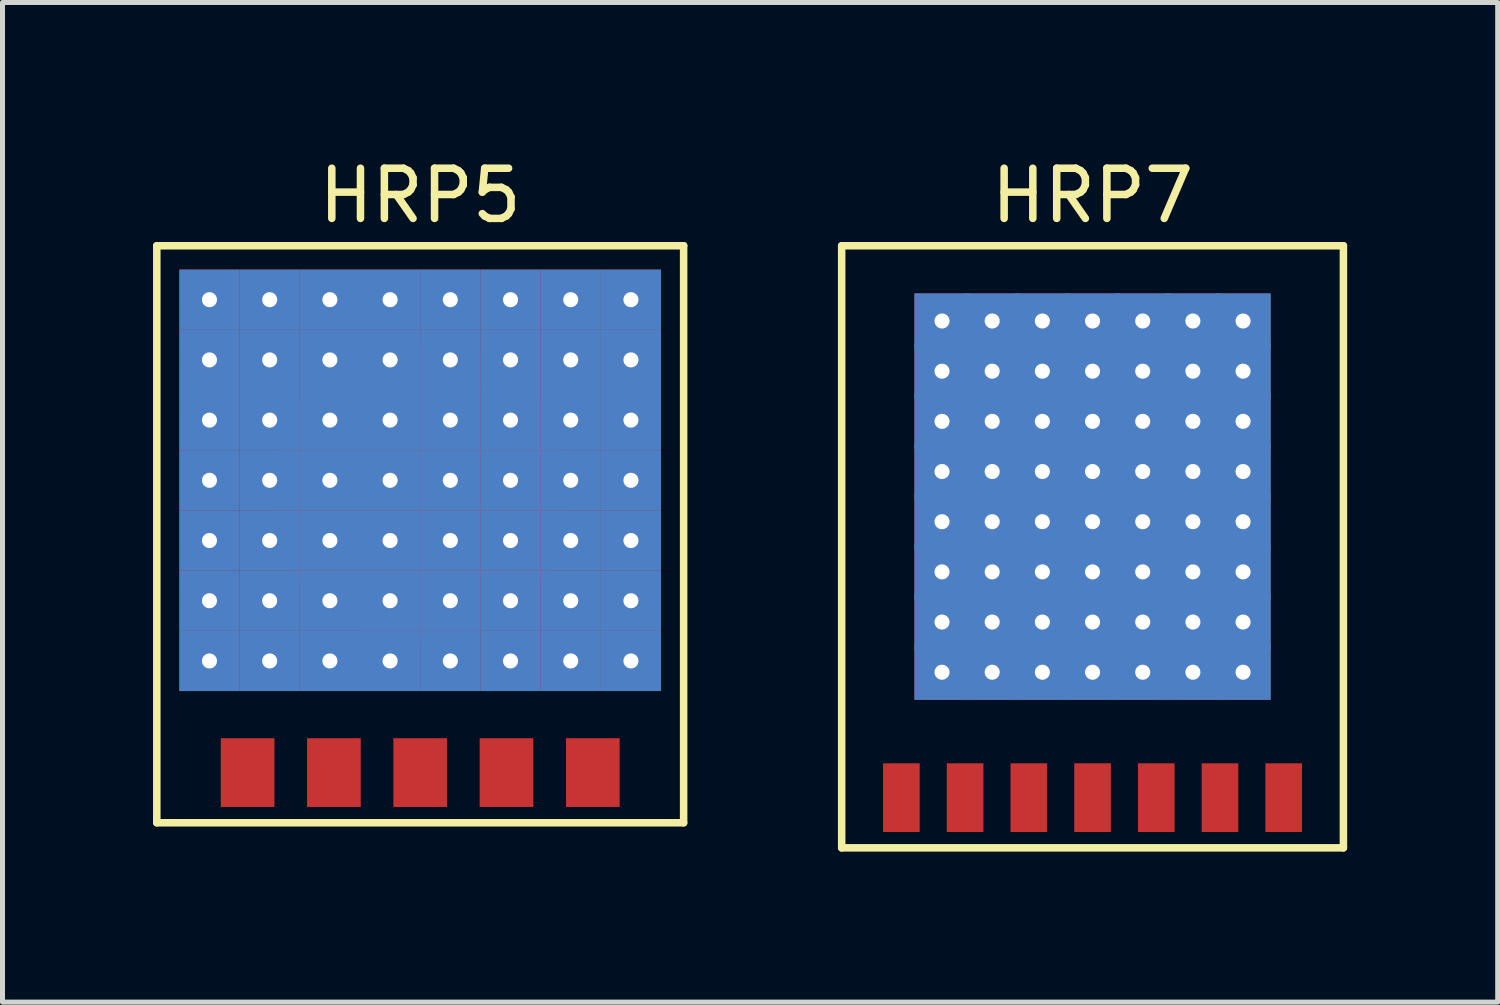
<source format=kicad_pcb>
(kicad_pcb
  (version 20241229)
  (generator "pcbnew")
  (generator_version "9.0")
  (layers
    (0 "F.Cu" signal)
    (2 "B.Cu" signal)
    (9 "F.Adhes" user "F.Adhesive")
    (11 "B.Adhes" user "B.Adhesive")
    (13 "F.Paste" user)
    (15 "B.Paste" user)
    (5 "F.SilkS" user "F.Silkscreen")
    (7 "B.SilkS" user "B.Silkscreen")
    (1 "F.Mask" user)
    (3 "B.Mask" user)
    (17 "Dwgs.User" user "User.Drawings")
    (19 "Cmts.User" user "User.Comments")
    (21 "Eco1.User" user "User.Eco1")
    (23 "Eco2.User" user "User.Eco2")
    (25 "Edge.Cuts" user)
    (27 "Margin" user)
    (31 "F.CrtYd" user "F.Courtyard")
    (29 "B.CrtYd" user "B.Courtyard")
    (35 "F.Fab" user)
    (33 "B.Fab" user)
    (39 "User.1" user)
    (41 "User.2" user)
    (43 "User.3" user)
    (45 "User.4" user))
  (footprint "HRP7"
    (layer "F.Cu")
    (at 18.725 12.848)
    (property "Reference" "HRP7" (at 0 -12 0) (layer "F.SilkS") (effects (font (size 1 1) (thickness 0.15))))
    (attr through_hole)
    (fp_line (start -5 -11) (end 5 -11) (stroke (width 0.15) (type solid)) (layer "F.SilkS"))
    (fp_line (start -5 1) (end -5 -11) (stroke (width 0.15) (type solid)) (layer "F.SilkS"))
    (fp_line (start 5 -11) (end 5 1) (stroke (width 0.15) (type solid)) (layer "F.SilkS"))
    (fp_line (start 5 1) (end -5 1) (stroke (width 0.15) (type solid)) (layer "F.SilkS"))
    (pad "1" smd rect (at -3.81 0) (size 0.73 1.37) (layers "F.Cu" "F.Mask" "F.Paste"))
    (pad "2" smd rect (at -2.54 0) (size 0.73 1.37) (layers "F.Cu" "F.Mask" "F.Paste"))
    (pad "3" smd rect (at -1.27 0) (size 0.73 1.37) (layers "F.Cu" "F.Mask" "F.Paste"))
    (pad "4" smd rect (at 0 0) (size 0.73 1.37) (layers "F.Cu" "F.Mask" "F.Paste"))
    (pad "5" smd rect (at 1.27 0) (size 0.73 1.37) (layers "F.Cu" "F.Mask" "F.Paste"))
    (pad "6" smd rect (at 2.54 0) (size 0.73 1.37) (layers "F.Cu" "F.Mask" "F.Paste"))
    (pad "7" smd rect (at 3.81 0) (size 0.73 1.37) (layers "F.Cu" "F.Mask" "F.Paste"))
    (pad "FIN" thru_hole rect (at -3 -9.5) (size 1.1 1.1) (drill 0.3) (layers "*.Cu" "*.Mask"))
    (pad "FIN" thru_hole rect (at -3 -8.5) (size 1.1 1.1) (drill 0.3) (layers "*.Cu" "*.Mask"))
    (pad "FIN" thru_hole rect (at -3 -7.5) (size 1.1 1.1) (drill 0.3) (layers "*.Cu" "*.Mask"))
    (pad "FIN" thru_hole rect (at -3 -6.5) (size 1.1 1.1) (drill 0.3) (layers "*.Cu" "*.Mask"))
    (pad "FIN" thru_hole rect (at -3 -5.5) (size 1.1 1.1) (drill 0.3) (layers "*.Cu" "*.Mask"))
    (pad "FIN" thru_hole rect (at -3 -4.5) (size 1.1 1.1) (drill 0.3) (layers "*.Cu" "*.Mask"))
    (pad "FIN" thru_hole rect (at -3 -3.5) (size 1.1 1.1) (drill 0.3) (layers "*.Cu" "*.Mask"))
    (pad "FIN" thru_hole rect (at -3 -2.5) (size 1.1 1.1) (drill 0.3) (layers "*.Cu" "*.Mask"))
    (pad "FIN" thru_hole rect (at -2 -9.5) (size 1.1 1.1) (drill 0.3) (layers "*.Cu" "*.Mask"))
    (pad "FIN" thru_hole rect (at -2 -8.5) (size 1.1 1.1) (drill 0.3) (layers "*.Cu" "*.Mask"))
    (pad "FIN" thru_hole rect (at -2 -7.5) (size 1.1 1.1) (drill 0.3) (layers "*.Cu" "*.Mask"))
    (pad "FIN" thru_hole rect (at -2 -6.5) (size 1.1 1.1) (drill 0.3) (layers "*.Cu" "*.Mask"))
    (pad "FIN" thru_hole rect (at -2 -5.5) (size 1.1 1.1) (drill 0.3) (layers "*.Cu" "*.Mask"))
    (pad "FIN" thru_hole rect (at -2 -4.5) (size 1.1 1.1) (drill 0.3) (layers "*.Cu" "*.Mask"))
    (pad "FIN" thru_hole rect (at -2 -3.5) (size 1.1 1.1) (drill 0.3) (layers "*.Cu" "*.Mask"))
    (pad "FIN" thru_hole rect (at -2 -2.5) (size 1.1 1.1) (drill 0.3) (layers "*.Cu" "*.Mask"))
    (pad "FIN" thru_hole rect (at -1 -9.5) (size 1.1 1.1) (drill 0.3) (layers "*.Cu" "*.Mask"))
    (pad "FIN" thru_hole rect (at -1 -8.5) (size 1.1 1.1) (drill 0.3) (layers "*.Cu" "*.Mask"))
    (pad "FIN" thru_hole rect (at -1 -7.5) (size 1.1 1.1) (drill 0.3) (layers "*.Cu" "*.Mask"))
    (pad "FIN" thru_hole rect (at -1 -6.5) (size 1.1 1.1) (drill 0.3) (layers "*.Cu" "*.Mask"))
    (pad "FIN" thru_hole rect (at -1 -5.5) (size 1.1 1.1) (drill 0.3) (layers "*.Cu" "*.Mask"))
    (pad "FIN" thru_hole rect (at -1 -4.5) (size 1.1 1.1) (drill 0.3) (layers "*.Cu" "*.Mask"))
    (pad "FIN" thru_hole rect (at -1 -3.5) (size 1.1 1.1) (drill 0.3) (layers "*.Cu" "*.Mask"))
    (pad "FIN" thru_hole rect (at -1 -2.5) (size 1.1 1.1) (drill 0.3) (layers "*.Cu" "*.Mask"))
    (pad "FIN" thru_hole rect (at 0 -9.5) (size 1.1 1.1) (drill 0.3) (layers "*.Cu" "*.Mask"))
    (pad "FIN" thru_hole rect (at 0 -8.5) (size 1.1 1.1) (drill 0.3) (layers "*.Cu" "*.Mask"))
    (pad "FIN" thru_hole rect (at 0 -7.5) (size 1.1 1.1) (drill 0.3) (layers "*.Cu" "*.Mask"))
    (pad "FIN" thru_hole rect (at 0 -6.5) (size 1.1 1.1) (drill 0.3) (layers "*.Cu" "*.Mask"))
    (pad "FIN" smd circle (at 0 -6) (size 6 6) (layers "F.Cu" "F.Mask" "F.Paste"))
    (pad "FIN" thru_hole rect (at 0 -5.5) (size 1.1 1.1) (drill 0.3) (layers "*.Cu" "*.Mask"))
    (pad "FIN" thru_hole rect (at 0 -4.5) (size 1.1 1.1) (drill 0.3) (layers "*.Cu" "*.Mask"))
    (pad "FIN" thru_hole rect (at 0 -3.5) (size 1.1 1.1) (drill 0.3) (layers "*.Cu" "*.Mask"))
    (pad "FIN" thru_hole rect (at 0 -2.5) (size 1.1 1.1) (drill 0.3) (layers "*.Cu" "*.Mask"))
    (pad "FIN" thru_hole rect (at 1 -9.5) (size 1.1 1.1) (drill 0.3) (layers "*.Cu" "*.Mask"))
    (pad "FIN" thru_hole rect (at 1 -8.5) (size 1.1 1.1) (drill 0.3) (layers "*.Cu" "*.Mask"))
    (pad "FIN" thru_hole rect (at 1 -7.5) (size 1.1 1.1) (drill 0.3) (layers "*.Cu" "*.Mask"))
    (pad "FIN" thru_hole rect (at 1 -6.5) (size 1.1 1.1) (drill 0.3) (layers "*.Cu" "*.Mask"))
    (pad "FIN" thru_hole rect (at 1 -5.5) (size 1.1 1.1) (drill 0.3) (layers "*.Cu" "*.Mask"))
    (pad "FIN" thru_hole rect (at 1 -4.5) (size 1.1 1.1) (drill 0.3) (layers "*.Cu" "*.Mask"))
    (pad "FIN" thru_hole rect (at 1 -3.5) (size 1.1 1.1) (drill 0.3) (layers "*.Cu" "*.Mask"))
    (pad "FIN" thru_hole rect (at 1 -2.5) (size 1.1 1.1) (drill 0.3) (layers "*.Cu" "*.Mask"))
    (pad "FIN" thru_hole rect (at 2 -9.5) (size 1.1 1.1) (drill 0.3) (layers "*.Cu" "*.Mask"))
    (pad "FIN" thru_hole rect (at 2 -8.5) (size 1.1 1.1) (drill 0.3) (layers "*.Cu" "*.Mask"))
    (pad "FIN" thru_hole rect (at 2 -7.5) (size 1.1 1.1) (drill 0.3) (layers "*.Cu" "*.Mask"))
    (pad "FIN" thru_hole rect (at 2 -6.5) (size 1.1 1.1) (drill 0.3) (layers "*.Cu" "*.Mask"))
    (pad "FIN" thru_hole rect (at 2 -5.5) (size 1.1 1.1) (drill 0.3) (layers "*.Cu" "*.Mask"))
    (pad "FIN" thru_hole rect (at 2 -4.5) (size 1.1 1.1) (drill 0.3) (layers "*.Cu" "*.Mask"))
    (pad "FIN" thru_hole rect (at 2 -3.5) (size 1.1 1.1) (drill 0.3) (layers "*.Cu" "*.Mask"))
    (pad "FIN" thru_hole rect (at 2 -2.5) (size 1.1 1.1) (drill 0.3) (layers "*.Cu" "*.Mask"))
    (pad "FIN" thru_hole rect (at 3 -9.5) (size 1.1 1.1) (drill 0.3) (layers "*.Cu" "*.Mask"))
    (pad "FIN" thru_hole rect (at 3 -8.5) (size 1.1 1.1) (drill 0.3) (layers "*.Cu" "*.Mask"))
    (pad "FIN" thru_hole rect (at 3 -7.5) (size 1.1 1.1) (drill 0.3) (layers "*.Cu" "*.Mask"))
    (pad "FIN" thru_hole rect (at 3 -6.5) (size 1.1 1.1) (drill 0.3) (layers "*.Cu" "*.Mask"))
    (pad "FIN" thru_hole rect (at 3 -5.5) (size 1.1 1.1) (drill 0.3) (layers "*.Cu" "*.Mask"))
    (pad "FIN" thru_hole rect (at 3 -4.5) (size 1.1 1.1) (drill 0.3) (layers "*.Cu" "*.Mask"))
    (pad "FIN" thru_hole rect (at 3 -3.5) (size 1.1 1.1) (drill 0.3) (layers "*.Cu" "*.Mask"))
    (pad "FIN" thru_hole rect (at 3 -2.5) (size 1.1 1.1) (drill 0.3) (layers "*.Cu" "*.Mask")))
  (footprint "HRP5"
    (layer "F.Cu")
    (at 5.325 7.348)
    (property "Reference" "HRP5" (at 0 -6.5 0) (layer "F.SilkS") (effects (font (size 1 1) (thickness 0.15))))
    (attr through_hole)
    (fp_line (start -5.25 -5.5) (end 5.25 -5.5) (stroke (width 0.15) (type solid)) (layer "F.SilkS"))
    (fp_line (start -5.25 6) (end -5.25 -5.5) (stroke (width 0.15) (type solid)) (layer "F.SilkS"))
    (fp_line (start 5.25 -5.5) (end 5.25 6) (stroke (width 0.15) (type solid)) (layer "F.SilkS"))
    (fp_line (start 5.25 6) (end -5.25 6) (stroke (width 0.15) (type solid)) (layer "F.SilkS"))
    (pad "1" smd rect (at -3.44 5) (size 1.07 1.37) (layers "F.Cu" "F.Mask" "F.Paste"))
    (pad "2" smd rect (at -1.72 5) (size 1.07 1.37) (layers "F.Cu" "F.Mask" "F.Paste"))
    (pad "3" thru_hole rect (at -4.2 -4.425) (size 1.2 1.2) (drill 0.3) (layers "*.Cu" "*.Mask"))
    (pad "3" thru_hole rect (at -4.2 -3.225) (size 1.2 1.2) (drill 0.3) (layers "*.Cu" "*.Mask"))
    (pad "3" thru_hole rect (at -4.2 -2.025) (size 1.2 1.2) (drill 0.3) (layers "*.Cu" "*.Mask"))
    (pad "3" thru_hole rect (at -4.2 -0.825) (size 1.2 1.2) (drill 0.3) (layers "*.Cu" "*.Mask"))
    (pad "3" thru_hole rect (at -4.2 0.375) (size 1.2 1.2) (drill 0.3) (layers "*.Cu" "*.Mask"))
    (pad "3" thru_hole rect (at -4.2 1.575) (size 1.2 1.2) (drill 0.3) (layers "*.Cu" "*.Mask"))
    (pad "3" thru_hole rect (at -4.2 2.775) (size 1.2 1.2) (drill 0.3) (layers "*.Cu" "*.Mask"))
    (pad "3" thru_hole rect (at -3 -4.425) (size 1.2 1.2) (drill 0.3) (layers "*.Cu" "*.Mask"))
    (pad "3" thru_hole rect (at -3 -3.225) (size 1.2 1.2) (drill 0.3) (layers "*.Cu" "*.Mask"))
    (pad "3" thru_hole rect (at -3 -2.025) (size 1.2 1.2) (drill 0.3) (layers "*.Cu" "*.Mask"))
    (pad "3" thru_hole rect (at -3 -0.825) (size 1.2 1.2) (drill 0.3) (layers "*.Cu" "*.Mask"))
    (pad "3" thru_hole rect (at -3 0.375) (size 1.2 1.2) (drill 0.3) (layers "*.Cu" "*.Mask"))
    (pad "3" thru_hole rect (at -3 1.575) (size 1.2 1.2) (drill 0.3) (layers "*.Cu" "*.Mask"))
    (pad "3" thru_hole rect (at -3 2.775) (size 1.2 1.2) (drill 0.3) (layers "*.Cu" "*.Mask"))
    (pad "3" thru_hole rect (at -1.8 -4.425) (size 1.2 1.2) (drill 0.3) (layers "*.Cu" "*.Mask"))
    (pad "3" thru_hole rect (at -1.8 -3.225) (size 1.2 1.2) (drill 0.3) (layers "*.Cu" "*.Mask"))
    (pad "3" thru_hole rect (at -1.8 -2.025) (size 1.2 1.2) (drill 0.3) (layers "*.Cu" "*.Mask"))
    (pad "3" thru_hole rect (at -1.8 -0.825) (size 1.2 1.2) (drill 0.3) (layers "*.Cu" "*.Mask"))
    (pad "3" thru_hole rect (at -1.8 0.375) (size 1.2 1.2) (drill 0.3) (layers "*.Cu" "*.Mask"))
    (pad "3" thru_hole rect (at -1.8 1.575 90) (size 1.2 1.2) (drill 0.3) (layers "*.Cu" "*.Mask"))
    (pad "3" thru_hole rect (at -1.8 2.775) (size 1.2 1.2) (drill 0.3) (layers "*.Cu" "*.Mask"))
    (pad "3" thru_hole rect (at -0.6 -4.425) (size 1.2 1.2) (drill 0.3) (layers "*.Cu" "*.Mask"))
    (pad "3" thru_hole rect (at -0.6 -3.225) (size 1.2 1.2) (drill 0.3) (layers "*.Cu" "*.Mask"))
    (pad "3" thru_hole rect (at -0.6 -2.025) (size 1.2 1.2) (drill 0.3) (layers "*.Cu" "*.Mask"))
    (pad "3" thru_hole rect (at -0.6 -0.825) (size 1.2 1.2) (drill 0.3) (layers "*.Cu" "*.Mask"))
    (pad "3" thru_hole rect (at -0.6 0.375) (size 1.2 1.2) (drill 0.3) (layers "*.Cu" "*.Mask"))
    (pad "3" thru_hole rect (at -0.6 1.575) (size 1.2 1.2) (drill 0.3) (layers "*.Cu" "*.Mask"))
    (pad "3" thru_hole rect (at -0.6 2.775) (size 1.2 1.2) (drill 0.3) (layers "*.Cu" "*.Mask"))
    (pad "3" smd circle (at 0 -0.6) (size 6 6) (layers "F.Cu" "F.Mask" "F.Paste"))
    (pad "3" smd rect (at 0 5) (size 1.07 1.37) (layers "F.Cu" "F.Mask" "F.Paste"))
    (pad "3" thru_hole rect (at 0.6 -4.425) (size 1.2 1.2) (drill 0.3) (layers "*.Cu" "*.Mask"))
    (pad "3" thru_hole rect (at 0.6 -3.225) (size 1.2 1.2) (drill 0.3) (layers "*.Cu" "*.Mask"))
    (pad "3" thru_hole rect (at 0.6 -2.025) (size 1.2 1.2) (drill 0.3) (layers "*.Cu" "*.Mask"))
    (pad "3" thru_hole rect (at 0.6 -0.825) (size 1.2 1.2) (drill 0.3) (layers "*.Cu" "*.Mask"))
    (pad "3" thru_hole rect (at 0.6 0.375) (size 1.2 1.2) (drill 0.3) (layers "*.Cu" "*.Mask"))
    (pad "3" thru_hole rect (at 0.6 1.575) (size 1.2 1.2) (drill 0.3) (layers "*.Cu" "*.Mask"))
    (pad "3" thru_hole rect (at 0.6 2.775) (size 1.2 1.2) (drill 0.3) (layers "*.Cu" "*.Mask"))
    (pad "3" thru_hole rect (at 1.8 -4.425) (size 1.2 1.2) (drill 0.3) (layers "*.Cu" "*.Mask"))
    (pad "3" thru_hole rect (at 1.8 -3.225) (size 1.2 1.2) (drill 0.3) (layers "*.Cu" "*.Mask"))
    (pad "3" thru_hole rect (at 1.8 -2.025) (size 1.2 1.2) (drill 0.3) (layers "*.Cu" "*.Mask"))
    (pad "3" thru_hole rect (at 1.8 -0.825) (size 1.2 1.2) (drill 0.3) (layers "*.Cu" "*.Mask"))
    (pad "3" thru_hole rect (at 1.8 0.375) (size 1.2 1.2) (drill 0.3) (layers "*.Cu" "*.Mask"))
    (pad "3" thru_hole rect (at 1.8 1.575) (size 1.2 1.2) (drill 0.3) (layers "*.Cu" "*.Mask"))
    (pad "3" thru_hole rect (at 1.8 2.775) (size 1.2 1.2) (drill 0.3) (layers "*.Cu" "*.Mask"))
    (pad "3" thru_hole rect (at 3 -4.425) (size 1.2 1.2) (drill 0.3) (layers "*.Cu" "*.Mask"))
    (pad "3" thru_hole rect (at 3 -3.225) (size 1.2 1.2) (drill 0.3) (layers "*.Cu" "*.Mask"))
    (pad "3" thru_hole rect (at 3 -2.025) (size 1.2 1.2) (drill 0.3) (layers "*.Cu" "*.Mask"))
    (pad "3" thru_hole rect (at 3 -0.825) (size 1.2 1.2) (drill 0.3) (layers "*.Cu" "*.Mask"))
    (pad "3" thru_hole rect (at 3 0.375) (size 1.2 1.2) (drill 0.3) (layers "*.Cu" "*.Mask"))
    (pad "3" thru_hole rect (at 3 1.575) (size 1.2 1.2) (drill 0.3) (layers "*.Cu" "*.Mask"))
    (pad "3" thru_hole rect (at 3 2.775) (size 1.2 1.2) (drill 0.3) (layers "*.Cu" "*.Mask"))
    (pad "3" thru_hole rect (at 4.2 -4.425) (size 1.2 1.2) (drill 0.3) (layers "*.Cu" "*.Mask"))
    (pad "3" thru_hole rect (at 4.2 -3.225) (size 1.2 1.2) (drill 0.3) (layers "*.Cu" "*.Mask"))
    (pad "3" thru_hole rect (at 4.2 -2.025) (size 1.2 1.2) (drill 0.3) (layers "*.Cu" "*.Mask"))
    (pad "3" thru_hole rect (at 4.2 -0.825) (size 1.2 1.2) (drill 0.3) (layers "*.Cu" "*.Mask"))
    (pad "3" thru_hole rect (at 4.2 0.375) (size 1.2 1.2) (drill 0.3) (layers "*.Cu" "*.Mask"))
    (pad "3" thru_hole rect (at 4.2 1.575) (size 1.2 1.2) (drill 0.3) (layers "*.Cu" "*.Mask"))
    (pad "3" thru_hole rect (at 4.2 2.775) (size 1.2 1.2) (drill 0.3) (layers "*.Cu" "*.Mask"))
    (pad "4" smd rect (at 1.72 5) (size 1.07 1.37) (layers "F.Cu" "F.Mask" "F.Paste"))
    (pad "5" smd rect (at 3.44 5) (size 1.07 1.37) (layers "F.Cu" "F.Mask" "F.Paste")))
  (gr_rect
    (start -3 -3)
    (end 26.8 16.923)
    (stroke (width 0.1) (type default))
    (fill no)
    (layer "Edge.Cuts")))
</source>
